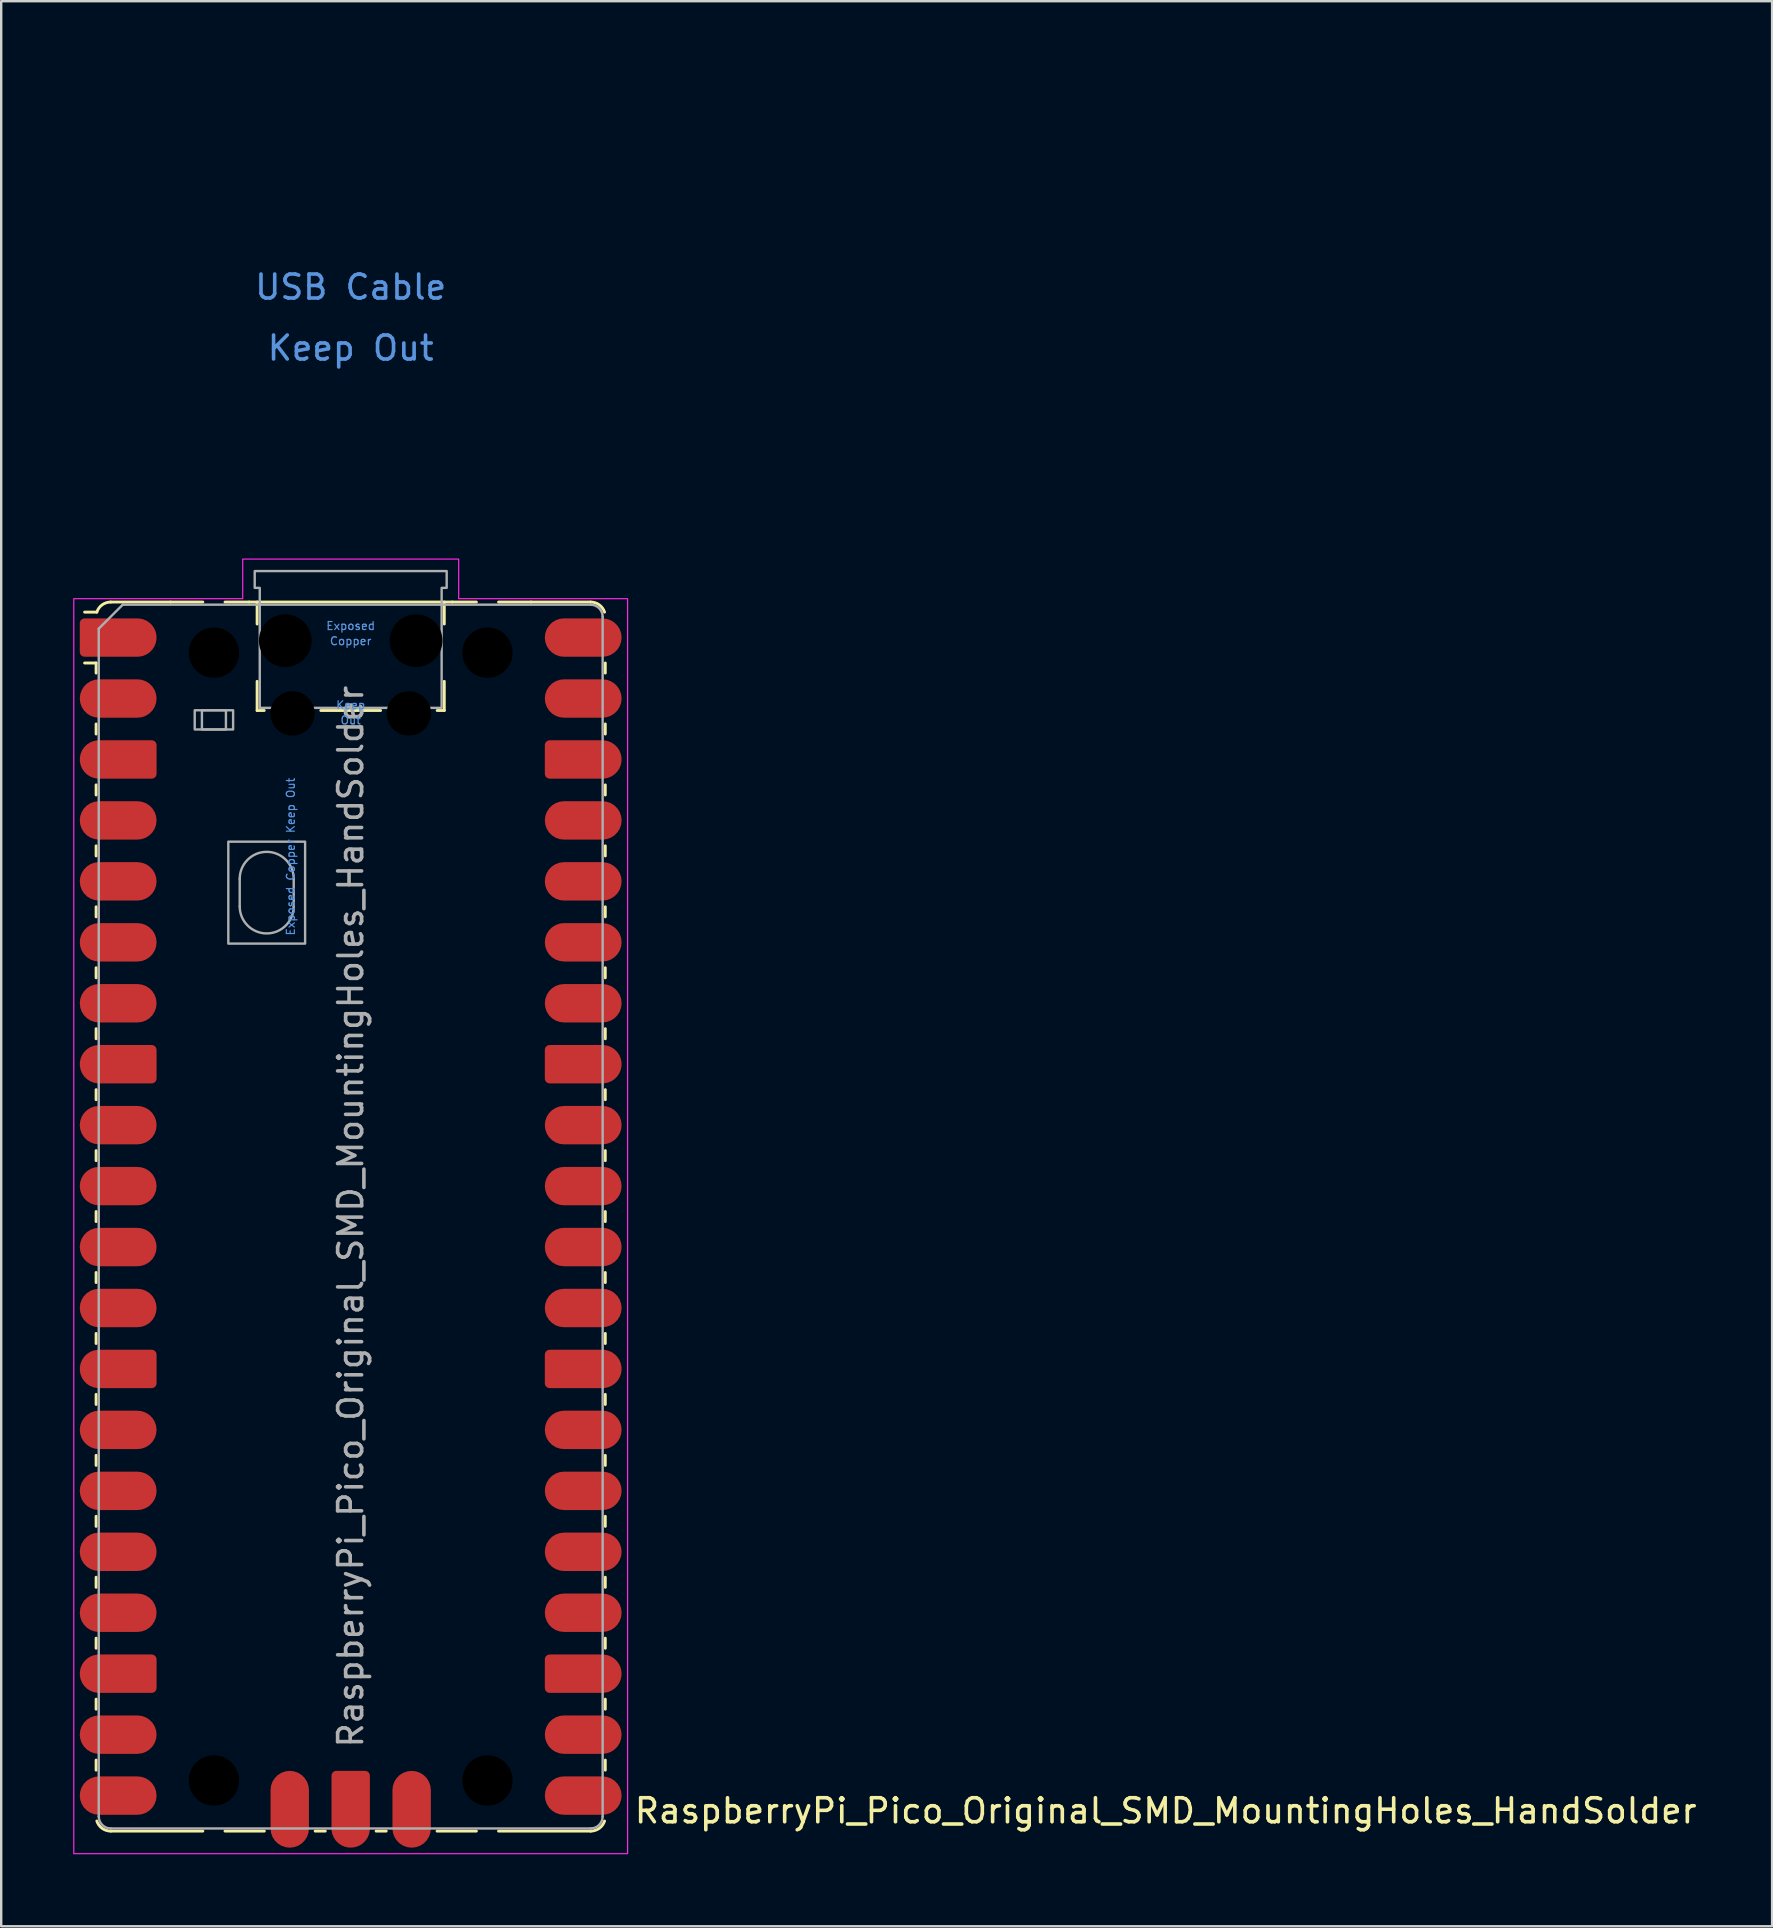
<source format=kicad_pcb>
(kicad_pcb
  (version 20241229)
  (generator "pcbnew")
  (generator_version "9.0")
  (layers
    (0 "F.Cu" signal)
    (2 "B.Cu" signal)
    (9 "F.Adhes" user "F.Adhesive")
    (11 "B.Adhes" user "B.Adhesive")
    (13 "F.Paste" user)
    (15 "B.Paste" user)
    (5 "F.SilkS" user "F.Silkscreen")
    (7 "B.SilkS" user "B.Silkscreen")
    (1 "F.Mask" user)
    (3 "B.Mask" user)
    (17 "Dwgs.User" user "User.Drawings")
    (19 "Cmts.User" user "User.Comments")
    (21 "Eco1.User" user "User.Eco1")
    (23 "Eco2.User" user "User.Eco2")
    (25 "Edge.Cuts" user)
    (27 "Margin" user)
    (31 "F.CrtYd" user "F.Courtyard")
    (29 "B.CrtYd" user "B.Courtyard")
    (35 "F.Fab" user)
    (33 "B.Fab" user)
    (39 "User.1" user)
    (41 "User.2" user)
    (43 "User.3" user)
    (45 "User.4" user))
  (footprint "RaspberryPi_Pico_Original_SMD_MountingHoles_HandSolder"
    (layer "F.Cu")
    (at 11.565 47.65)
    (property "Reference" "RaspberryPi_Pico_Original_SMD_MountingHoles_HandSolder" (at 11.748 24.765 0) (unlocked yes) (layer "F.SilkS") (effects (font (size 1 1) (thickness 0.15)) (justify left)))
    (attr smd)
    (fp_line (start -10.61 -23.07) (end -11.09 -23.07) (stroke (width 0.12) (type solid)) (layer "F.SilkS"))
    (fp_line (start -10.61 -23.07) (end -10.61 -22.65) (stroke (width 0.12) (type solid)) (layer "F.SilkS"))
    (fp_line (start -10.61 -20.53) (end -10.61 -20.11) (stroke (width 0.12) (type solid)) (layer "F.SilkS"))
    (fp_line (start -10.61 -17.99) (end -10.61 -17.57) (stroke (width 0.12) (type solid)) (layer "F.SilkS"))
    (fp_line (start -10.61 -15.45) (end -10.61 -15.03) (stroke (width 0.12) (type solid)) (layer "F.SilkS"))
    (fp_line (start -10.61 -12.91) (end -10.61 -12.49) (stroke (width 0.12) (type solid)) (layer "F.SilkS"))
    (fp_line (start -10.61 -10.37) (end -10.61 -9.95) (stroke (width 0.12) (type solid)) (layer "F.SilkS"))
    (fp_line (start -10.61 -7.83) (end -10.61 -7.41) (stroke (width 0.12) (type solid)) (layer "F.SilkS"))
    (fp_line (start -10.61 -5.29) (end -10.61 -4.87) (stroke (width 0.12) (type solid)) (layer "F.SilkS"))
    (fp_line (start -10.61 -2.75) (end -10.61 -2.33) (stroke (width 0.12) (type solid)) (layer "F.SilkS"))
    (fp_line (start -10.61 -0.21) (end -10.61 0.21) (stroke (width 0.12) (type solid)) (layer "F.SilkS"))
    (fp_line (start -10.61 2.33) (end -10.61 2.75) (stroke (width 0.12) (type solid)) (layer "F.SilkS"))
    (fp_line (start -10.61 4.87) (end -10.61 5.29) (stroke (width 0.12) (type solid)) (layer "F.SilkS"))
    (fp_line (start -10.61 7.41) (end -10.61 7.83) (stroke (width 0.12) (type solid)) (layer "F.SilkS"))
    (fp_line (start -10.61 9.95) (end -10.61 10.37) (stroke (width 0.12) (type solid)) (layer "F.SilkS"))
    (fp_line (start -10.61 12.49) (end -10.61 12.91) (stroke (width 0.12) (type solid)) (layer "F.SilkS"))
    (fp_line (start -10.61 15.03) (end -10.61 15.45) (stroke (width 0.12) (type solid)) (layer "F.SilkS"))
    (fp_line (start -10.61 17.57) (end -10.61 17.99) (stroke (width 0.12) (type solid)) (layer "F.SilkS"))
    (fp_line (start -10.61 20.11) (end -10.61 20.53) (stroke (width 0.12) (type solid)) (layer "F.SilkS"))
    (fp_line (start -10.61 22.65) (end -10.61 23.07) (stroke (width 0.12) (type solid)) (layer "F.SilkS"))
    (fp_line (start -10.58 -25.19) (end -11.09 -25.19) (stroke (width 0.12) (type solid)) (layer "F.SilkS"))
    (fp_line (start -10 -25.61) (end -7.51 -25.61) (stroke (width 0.12) (type solid)) (layer "F.SilkS"))
    (fp_line (start -10 25.61) (end -6.162 25.61) (stroke (width 0.12) (type solid)) (layer "F.SilkS"))
    (fp_line (start -7.51 -25.61) (end -6.162 -25.61) (stroke (width 0.12) (type solid)) (layer "F.SilkS"))
    (fp_line (start -5.238 -25.61) (end -4.235 -25.61) (stroke (width 0.12) (type solid)) (layer "F.SilkS"))
    (fp_line (start -4.235 -25.61) (end 4.235 -25.61) (stroke (width 0.12) (type solid)) (layer "F.SilkS"))
    (fp_line (start -3.9 -25.61) (end -3.9 -24.694) (stroke (width 0.12) (type solid)) (layer "F.SilkS"))
    (fp_line (start -3.9 -22.306) (end -3.9 -21.09) (stroke (width 0.12) (type solid)) (layer "F.SilkS"))
    (fp_line (start -3.9 -21.09) (end -3.604 -21.09) (stroke (width 0.12) (type solid)) (layer "F.SilkS"))
    (fp_line (start -3.6 25.61) (end -5.238 25.61) (stroke (width 0.12) (type solid)) (layer "F.SilkS"))
    (fp_line (start -1.48 25.61) (end -1.06 25.61) (stroke (width 0.12) (type solid)) (layer "F.SilkS"))
    (fp_line (start -1.246 -21.09) (end 1.246 -21.09) (stroke (width 0.12) (type solid)) (layer "F.SilkS"))
    (fp_line (start 1.06 25.61) (end 1.48 25.61) (stroke (width 0.12) (type solid)) (layer "F.SilkS"))
    (fp_line (start 3.604 -21.09) (end 3.9 -21.09) (stroke (width 0.12) (type solid)) (layer "F.SilkS"))
    (fp_line (start 3.9 -25.61) (end 3.9 -24.694) (stroke (width 0.12) (type solid)) (layer "F.SilkS"))
    (fp_line (start 3.9 -22.306) (end 3.9 -21.09) (stroke (width 0.12) (type solid)) (layer "F.SilkS"))
    (fp_line (start 4.235 -25.61) (end 5.238 -25.61) (stroke (width 0.12) (type solid)) (layer "F.SilkS"))
    (fp_line (start 5.238 25.61) (end 3.6 25.61) (stroke (width 0.12) (type solid)) (layer "F.SilkS"))
    (fp_line (start 6.162 -25.61) (end 7.51 -25.61) (stroke (width 0.12) (type solid)) (layer "F.SilkS"))
    (fp_line (start 6.162 25.61) (end 10 25.61) (stroke (width 0.12) (type solid)) (layer "F.SilkS"))
    (fp_line (start 10 -25.61) (end 7.51 -25.61) (stroke (width 0.12) (type solid)) (layer "F.SilkS"))
    (fp_line (start 10.61 -23.07) (end 10.61 -22.65) (stroke (width 0.12) (type solid)) (layer "F.SilkS"))
    (fp_line (start 10.61 -20.53) (end 10.61 -20.11) (stroke (width 0.12) (type solid)) (layer "F.SilkS"))
    (fp_line (start 10.61 -17.99) (end 10.61 -17.57) (stroke (width 0.12) (type solid)) (layer "F.SilkS"))
    (fp_line (start 10.61 -15.45) (end 10.61 -15.03) (stroke (width 0.12) (type solid)) (layer "F.SilkS"))
    (fp_line (start 10.61 -12.91) (end 10.61 -12.49) (stroke (width 0.12) (type solid)) (layer "F.SilkS"))
    (fp_line (start 10.61 -10.37) (end 10.61 -9.95) (stroke (width 0.12) (type solid)) (layer "F.SilkS"))
    (fp_line (start 10.61 -7.83) (end 10.61 -7.41) (stroke (width 0.12) (type solid)) (layer "F.SilkS"))
    (fp_line (start 10.61 -5.29) (end 10.61 -4.87) (stroke (width 0.12) (type solid)) (layer "F.SilkS"))
    (fp_line (start 10.61 -2.75) (end 10.61 -2.33) (stroke (width 0.12) (type solid)) (layer "F.SilkS"))
    (fp_line (start 10.61 -0.21) (end 10.61 0.21) (stroke (width 0.12) (type solid)) (layer "F.SilkS"))
    (fp_line (start 10.61 2.33) (end 10.61 2.75) (stroke (width 0.12) (type solid)) (layer "F.SilkS"))
    (fp_line (start 10.61 4.87) (end 10.61 5.29) (stroke (width 0.12) (type solid)) (layer "F.SilkS"))
    (fp_line (start 10.61 7.41) (end 10.61 7.83) (stroke (width 0.12) (type solid)) (layer "F.SilkS"))
    (fp_line (start 10.61 9.95) (end 10.61 10.37) (stroke (width 0.12) (type solid)) (layer "F.SilkS"))
    (fp_line (start 10.61 12.49) (end 10.61 12.91) (stroke (width 0.12) (type solid)) (layer "F.SilkS"))
    (fp_line (start 10.61 15.03) (end 10.61 15.45) (stroke (width 0.12) (type solid)) (layer "F.SilkS"))
    (fp_line (start 10.61 17.57) (end 10.61 17.99) (stroke (width 0.12) (type solid)) (layer "F.SilkS"))
    (fp_line (start 10.61 20.11) (end 10.61 20.53) (stroke (width 0.12) (type solid)) (layer "F.SilkS"))
    (fp_line (start 10.61 22.65) (end 10.61 23.07) (stroke (width 0.12) (type solid)) (layer "F.SilkS"))
    (fp_arc (start -10.579676 -25.189937) (mid -10.357938 -25.493944) (end -10 -25.61) (stroke (width 0.12) (type solid)) (layer "F.SilkS"))
    (fp_arc (start -10 25.61) (mid -10.357937 25.493943) (end -10.579676 25.189937) (stroke (width 0.12) (type solid)) (layer "F.SilkS"))
    (fp_arc (start 10 -25.61) (mid 10.357937 -25.493944) (end 10.579676 -25.189937) (stroke (width 0.12) (type solid)) (layer "F.SilkS"))
    (fp_arc (start 10.579676 25.189937) (mid 10.357953 25.493966) (end 10 25.61) (stroke (width 0.12) (type solid)) (layer "F.SilkS"))
    (fp_poly (pts (xy -4.5 -27.4) (xy 4.5 -27.4) (xy 4.5 -25.75) (xy 11.54 -25.75) (xy 11.54 26.55) (xy -11.54 26.55) (xy -11.54 -25.75) (xy -4.5 -25.75)) (stroke (width 0.05) (type solid)) (fill no) (layer "F.CrtYd"))
    (fp_line (start -10.5 -24.5) (end -9.5 -25.5) (stroke (width 0.1) (type solid)) (layer "F.Fab"))
    (fp_line (start -10.5 25) (end -10.5 -24.5) (stroke (width 0.1) (type solid)) (layer "F.Fab"))
    (fp_line (start -9.5 -25.5) (end 10 -25.5) (stroke (width 0.1) (type solid)) (layer "F.Fab"))
    (fp_line (start -4.625 -14.075) (end -4.625 -12.925) (stroke (width 0.1) (type solid)) (layer "F.Fab"))
    (fp_line (start -2.375 -14.075) (end -2.375 -12.925) (stroke (width 0.1) (type solid)) (layer "F.Fab"))
    (fp_line (start 10 25.5) (end -10 25.5) (stroke (width 0.1) (type solid)) (layer "F.Fab"))
    (fp_line (start 10.5 -25) (end 10.5 25) (stroke (width 0.1) (type solid)) (layer "F.Fab"))
    (fp_rect (start -6.5 -21.1) (end -4.9 -20.3) (stroke (width 0.1) (type solid)) (fill no) (layer "F.Fab"))
    (fp_rect (start -6.2 -21.1) (end -5.2 -20.3) (stroke (width 0.1) (type solid)) (fill no) (layer "F.Fab"))
    (fp_rect (start -5.1 -15.625) (end -1.9 -11.375) (stroke (width 0.1) (type solid)) (fill no) (layer "F.Fab"))
    (fp_arc (start -10 25.5) (mid -10.353553 25.353553) (end -10.5 25) (stroke (width 0.1) (type solid)) (layer "F.Fab"))
    (fp_arc (start -4.625 -14.075) (mid -3.5 -15.2) (end -2.375 -14.075) (stroke (width 0.1) (type solid)) (layer "F.Fab"))
    (fp_arc (start -2.375 -12.925) (mid -3.5 -11.8) (end -4.625 -12.925) (stroke (width 0.1) (type solid)) (layer "F.Fab"))
    (fp_arc (start 10 -25.5) (mid 10.353553 -25.353553) (end 10.5 -25) (stroke (width 0.1) (type solid)) (layer "F.Fab"))
    (fp_arc (start 10.5 25) (mid 10.353553 25.353553) (end 10 25.5) (stroke (width 0.1) (type solid)) (layer "F.Fab"))
    (fp_poly (pts (xy 3.79 -21.2) (xy 3.79 -26.2) (xy 4 -26.2) (xy 4 -26.9) (xy -4 -26.9) (xy -4 -26.2) (xy -3.79 -26.2) (xy -3.79 -21.2)) (stroke (width 0.1) (type solid)) (fill no) (layer "F.Fab"))
    (fp_text user "Copper" (at 0 -23.983 0) (unlocked yes) (layer "Cmts.User") (effects (font (size 0.333 0.333) (thickness 0.05))))
    (fp_text user "Exposed" (at 0 -24.617 0) (unlocked yes) (layer "Cmts.User") (effects (font (size 0.333 0.333) (thickness 0.05))))
    (fp_text user "USB Cable" (at 0 -38.735 0) (unlocked yes) (layer "Cmts.User") (effects (font (size 1 1) (thickness 0.15))))
    (fp_text user "Out" (at 0 -20.683 0) (unlocked yes) (layer "Cmts.User") (effects (font (size 0.333 0.333) (thickness 0.05))))
    (fp_text user "Exposed Copper Keep Out" (at -2.5 -15 90) (unlocked yes) (layer "Cmts.User") (effects (font (size 0.333 0.333) (thickness 0.05))))
    (fp_text user "Keep Out" (at 0 -36.195 0) (unlocked yes) (layer "Cmts.User") (effects (font (size 1 1) (thickness 0.15))))
    (fp_text user "Keep" (at 0 -21.317 0) (unlocked yes) (layer "Cmts.User") (effects (font (size 0.333 0.333) (thickness 0.05))))
    (fp_text user "${REFERENCE}" (at 0 0 90) (layer "F.Fab") (effects (font (size 1 1) (thickness 0.15))))
    (pad "" np_thru_hole circle (at -5.7 -23.5) (size 3.8 3.8) (drill 2.1) (layers "*.Mask"))
    (pad "" np_thru_hole circle (at -5.7 23.5) (size 3.8 3.8) (drill 2.1) (layers "*.Mask"))
    (pad "" np_thru_hole circle (at -2.725 -24) (size 2.2 2.2) (drill 2.2) (layers "*.Mask"))
    (pad "" np_thru_hole circle (at -2.425 -20.97) (size 1.85 1.85) (drill 1.85) (layers "*.Mask"))
    (pad "" np_thru_hole circle (at 2.425 -20.97) (size 1.85 1.85) (drill 1.85) (layers "*.Mask"))
    (pad "" np_thru_hole circle (at 2.725 -24) (size 2.2 2.2) (drill 2.2) (layers "*.Mask"))
    (pad "" np_thru_hole circle (at 5.7 -23.5) (size 3.8 3.8) (drill 2.1) (layers "*.Mask"))
    (pad "" np_thru_hole circle (at 5.7 23.5) (size 3.8 3.8) (drill 2.1) (layers "*.Mask"))
    (pad "1" smd custom (at -8.89 -24.13) (size 1.6 1.6) (layers "F.Cu" "F.Mask" "F.Paste") (options (anchor circle)) (primitives (gr_poly (pts (xy -2.4 0.6) (xy -2.4 -0.6) (xy -2.2 -0.8) (xy 0 -0.8) (xy 0 0.8) (xy -2.2 0.8)) (width 0) (fill yes)) (gr_circle (center -2.2 0.6) (end -2 0.6) (width 0) (fill yes)) (gr_circle (center -2.2 -0.6) (end -2 -0.6) (width 0) (fill yes))))
    (pad "2" smd roundrect (at -8.89 -21.59) (size 3.2 1.6) (drill (offset -0.8 0)) (layers "F.Cu" "F.Mask" "F.Paste") (roundrect_rratio 0.5))
    (pad "3" smd custom (at -8.89 -19.05) (size 1.6 1.6) (layers "F.Cu" "F.Mask" "F.Paste") (options (anchor circle)) (primitives (gr_poly (pts (xy 0.8 -0.6) (xy 0.8 0.6) (xy 0.6 0.8) (xy -1.6 0.8) (xy -1.6 -0.8) (xy 0.6 -0.8)) (width 0) (fill yes)) (gr_circle (center 0.6 0.6) (end 0.8 0.6) (width 0) (fill yes)) (gr_circle (center 0.6 -0.6) (end 0.8 -0.6) (width 0) (fill yes)) (gr_circle (center -1.6 0) (end -0.8 0) (width 0) (fill yes))))
    (pad "4" smd roundrect (at -8.89 -16.51) (size 3.2 1.6) (drill (offset -0.8 0)) (layers "F.Cu" "F.Mask" "F.Paste") (roundrect_rratio 0.5))
    (pad "5" smd roundrect (at -8.89 -13.97) (size 3.2 1.6) (drill (offset -0.8 0)) (layers "F.Cu" "F.Mask" "F.Paste") (roundrect_rratio 0.5))
    (pad "6" smd roundrect (at -8.89 -11.43) (size 3.2 1.6) (drill (offset -0.8 0)) (layers "F.Cu" "F.Mask" "F.Paste") (roundrect_rratio 0.5))
    (pad "7" smd roundrect (at -8.89 -8.89) (size 3.2 1.6) (drill (offset -0.8 0)) (layers "F.Cu" "F.Mask" "F.Paste") (roundrect_rratio 0.5))
    (pad "8" smd custom (at -8.89 -6.35) (size 1.6 1.6) (layers "F.Cu" "F.Mask" "F.Paste") (options (anchor circle)) (primitives (gr_poly (pts (xy 0.8 -0.6) (xy 0.8 0.6) (xy 0.6 0.8) (xy -1.6 0.8) (xy -1.6 -0.8) (xy 0.6 -0.8)) (width 0) (fill yes)) (gr_circle (center 0.6 0.6) (end 0.8 0.6) (width 0) (fill yes)) (gr_circle (center 0.6 -0.6) (end 0.8 -0.6) (width 0) (fill yes)) (gr_circle (center -1.6 0) (end -0.8 0) (width 0) (fill yes))))
    (pad "9" smd roundrect (at -8.89 -3.81) (size 3.2 1.6) (drill (offset -0.8 0)) (layers "F.Cu" "F.Mask" "F.Paste") (roundrect_rratio 0.5))
    (pad "10" smd roundrect (at -8.89 -1.27) (size 3.2 1.6) (drill (offset -0.8 0)) (layers "F.Cu" "F.Mask" "F.Paste") (roundrect_rratio 0.5))
    (pad "11" smd roundrect (at -8.89 1.27) (size 3.2 1.6) (drill (offset -0.8 0)) (layers "F.Cu" "F.Mask" "F.Paste") (roundrect_rratio 0.5))
    (pad "12" smd roundrect (at -8.89 3.81) (size 3.2 1.6) (drill (offset -0.8 0)) (layers "F.Cu" "F.Mask" "F.Paste") (roundrect_rratio 0.5))
    (pad "13" smd custom (at -8.89 6.35) (size 1.6 1.6) (layers "F.Cu" "F.Mask" "F.Paste") (options (anchor circle)) (primitives (gr_poly (pts (xy 0.8 -0.6) (xy 0.8 0.6) (xy 0.6 0.8) (xy -1.6 0.8) (xy -1.6 -0.8) (xy 0.6 -0.8)) (width 0) (fill yes)) (gr_circle (center 0.6 0.6) (end 0.8 0.6) (width 0) (fill yes)) (gr_circle (center 0.6 -0.6) (end 0.8 -0.6) (width 0) (fill yes)) (gr_circle (center -1.6 0) (end -0.8 0) (width 0) (fill yes))))
    (pad "14" smd roundrect (at -8.89 8.89) (size 3.2 1.6) (drill (offset -0.8 0)) (layers "F.Cu" "F.Mask" "F.Paste") (roundrect_rratio 0.5))
    (pad "15" smd roundrect (at -8.89 11.43) (size 3.2 1.6) (drill (offset -0.8 0)) (layers "F.Cu" "F.Mask" "F.Paste") (roundrect_rratio 0.5))
    (pad "16" smd roundrect (at -8.89 13.97) (size 3.2 1.6) (drill (offset -0.8 0)) (layers "F.Cu" "F.Mask" "F.Paste") (roundrect_rratio 0.5))
    (pad "17" smd roundrect (at -8.89 16.51) (size 3.2 1.6) (drill (offset -0.8 0)) (layers "F.Cu" "F.Mask" "F.Paste") (roundrect_rratio 0.5))
    (pad "18" smd custom (at -8.89 19.05) (size 1.6 1.6) (layers "F.Cu" "F.Mask" "F.Paste") (options (anchor circle)) (primitives (gr_poly (pts (xy 0.8 -0.6) (xy 0.8 0.6) (xy 0.6 0.8) (xy -1.6 0.8) (xy -1.6 -0.8) (xy 0.6 -0.8)) (width 0) (fill yes)) (gr_circle (center 0.6 0.6) (end 0.8 0.6) (width 0) (fill yes)) (gr_circle (center 0.6 -0.6) (end 0.8 -0.6) (width 0) (fill yes)) (gr_circle (center -1.6 0) (end -0.8 0) (width 0) (fill yes))))
    (pad "19" smd roundrect (at -8.89 21.59) (size 3.2 1.6) (drill (offset -0.8 0)) (layers "F.Cu" "F.Mask" "F.Paste") (roundrect_rratio 0.5))
    (pad "20" smd roundrect (at -8.89 24.13) (size 3.2 1.6) (drill (offset -0.8 0)) (layers "F.Cu" "F.Mask" "F.Paste") (roundrect_rratio 0.5))
    (pad "21" smd roundrect (at 8.89 24.13) (size 3.2 1.6) (drill (offset 0.8 0)) (layers "F.Cu" "F.Mask" "F.Paste") (roundrect_rratio 0.5))
    (pad "22" smd roundrect (at 8.89 21.59) (size 3.2 1.6) (drill (offset 0.8 0)) (layers "F.Cu" "F.Mask" "F.Paste") (roundrect_rratio 0.5))
    (pad "23" smd custom (at 8.89 19.05) (size 1.6 1.6) (layers "F.Cu" "F.Mask" "F.Paste") (options (anchor circle)) (primitives (gr_poly (pts (xy -0.8 -0.6) (xy -0.8 0.6) (xy -0.6 0.8) (xy 1.6 0.8) (xy 1.6 -0.8) (xy -0.6 -0.8)) (width 0) (fill yes)) (gr_circle (center -0.6 0.6) (end -0.4 0.6) (width 0) (fill yes)) (gr_circle (center -0.6 -0.6) (end -0.4 -0.6) (width 0) (fill yes)) (gr_circle (center 1.6 0) (end 2.4 0) (width 0) (fill yes))))
    (pad "24" smd roundrect (at 8.89 16.51) (size 3.2 1.6) (drill (offset 0.8 0)) (layers "F.Cu" "F.Mask" "F.Paste") (roundrect_rratio 0.5))
    (pad "25" smd roundrect (at 8.89 13.97) (size 3.2 1.6) (drill (offset 0.8 0)) (layers "F.Cu" "F.Mask" "F.Paste") (roundrect_rratio 0.5))
    (pad "26" smd roundrect (at 8.89 11.43) (size 3.2 1.6) (drill (offset 0.8 0)) (layers "F.Cu" "F.Mask" "F.Paste") (roundrect_rratio 0.5))
    (pad "27" smd roundrect (at 8.89 8.89) (size 3.2 1.6) (drill (offset 0.8 0)) (layers "F.Cu" "F.Mask" "F.Paste") (roundrect_rratio 0.5))
    (pad "28" smd custom (at 8.89 6.35) (size 1.6 1.6) (layers "F.Cu" "F.Mask" "F.Paste") (options (anchor circle)) (primitives (gr_poly (pts (xy -0.8 -0.6) (xy -0.8 0.6) (xy -0.6 0.8) (xy 1.6 0.8) (xy 1.6 -0.8) (xy -0.6 -0.8)) (width 0) (fill yes)) (gr_circle (center -0.6 0.6) (end -0.4 0.6) (width 0) (fill yes)) (gr_circle (center -0.6 -0.6) (end -0.4 -0.6) (width 0) (fill yes)) (gr_circle (center 1.6 0) (end 2.4 0) (width 0) (fill yes))))
    (pad "29" smd roundrect (at 8.89 3.81) (size 3.2 1.6) (drill (offset 0.8 0)) (layers "F.Cu" "F.Mask" "F.Paste") (roundrect_rratio 0.5))
    (pad "30" smd roundrect (at 8.89 1.27) (size 3.2 1.6) (drill (offset 0.8 0)) (layers "F.Cu" "F.Mask" "F.Paste") (roundrect_rratio 0.5))
    (pad "31" smd roundrect (at 8.89 -1.27) (size 3.2 1.6) (drill (offset 0.8 0)) (layers "F.Cu" "F.Mask" "F.Paste") (roundrect_rratio 0.5))
    (pad "32" smd roundrect (at 8.89 -3.81) (size 3.2 1.6) (drill (offset 0.8 0)) (layers "F.Cu" "F.Mask" "F.Paste") (roundrect_rratio 0.5))
    (pad "33" smd custom (at 8.89 -6.35) (size 1.6 1.6) (layers "F.Cu" "F.Mask" "F.Paste") (options (anchor circle)) (primitives (gr_poly (pts (xy -0.8 -0.6) (xy -0.8 0.6) (xy -0.6 0.8) (xy 1.6 0.8) (xy 1.6 -0.8) (xy -0.6 -0.8)) (width 0) (fill yes)) (gr_circle (center -0.6 0.6) (end -0.4 0.6) (width 0) (fill yes)) (gr_circle (center -0.6 -0.6) (end -0.4 -0.6) (width 0) (fill yes)) (gr_circle (center 1.6 0) (end 2.4 0) (width 0) (fill yes))))
    (pad "34" smd roundrect (at 8.89 -8.89) (size 3.2 1.6) (drill (offset 0.8 0)) (layers "F.Cu" "F.Mask" "F.Paste") (roundrect_rratio 0.5))
    (pad "35" smd roundrect (at 8.89 -11.43) (size 3.2 1.6) (drill (offset 0.8 0)) (layers "F.Cu" "F.Mask" "F.Paste") (roundrect_rratio 0.5))
    (pad "36" smd roundrect (at 8.89 -13.97) (size 3.2 1.6) (drill (offset 0.8 0)) (layers "F.Cu" "F.Mask" "F.Paste") (roundrect_rratio 0.5))
    (pad "37" smd roundrect (at 8.89 -16.51) (size 3.2 1.6) (drill (offset 0.8 0)) (layers "F.Cu" "F.Mask" "F.Paste") (roundrect_rratio 0.5))
    (pad "38" smd custom (at 8.89 -19.05) (size 1.6 1.6) (layers "F.Cu" "F.Mask" "F.Paste") (options (anchor circle)) (primitives (gr_poly (pts (xy -0.8 -0.6) (xy -0.8 0.6) (xy -0.6 0.8) (xy 1.6 0.8) (xy 1.6 -0.8) (xy -0.6 -0.8)) (width 0) (fill yes)) (gr_circle (center -0.6 0.6) (end -0.4 0.6) (width 0) (fill yes)) (gr_circle (center -0.6 -0.6) (end -0.4 -0.6) (width 0) (fill yes)) (gr_circle (center 1.6 0) (end 2.4 0) (width 0) (fill yes))))
    (pad "39" smd roundrect (at 8.89 -21.59) (size 3.2 1.6) (drill (offset 0.8 0)) (layers "F.Cu" "F.Mask" "F.Paste") (roundrect_rratio 0.5))
    (pad "40" smd roundrect (at 8.89 -24.13) (size 3.2 1.6) (drill (offset 0.8 0)) (layers "F.Cu" "F.Mask" "F.Paste") (roundrect_rratio 0.5))
    (pad "D1" smd roundrect (at -2.54 23.9 90) (size 3.2 1.6) (drill (offset -0.8 0)) (layers "F.Cu" "F.Mask" "F.Paste") (roundrect_rratio 0.5))
    (pad "D2" smd custom (at 0 23.9 270) (size 1.6 1.6) (layers "F.Cu" "F.Mask" "F.Paste") (options (anchor circle)) (primitives (gr_poly (pts (xy -0.8 -0.6) (xy -0.8 0.6) (xy -0.6 0.8) (xy 1.6 0.8) (xy 1.6 -0.8) (xy -0.6 -0.8)) (width 0) (fill yes)) (gr_circle (center -0.6 0.6) (end -0.4 0.6) (width 0) (fill yes)) (gr_circle (center -0.6 -0.6) (end -0.4 -0.6) (width 0) (fill yes)) (gr_circle (center 1.6 0) (end 2.4 0) (width 0) (fill yes))))
    (pad "D3" smd roundrect (at 2.54 23.9 90) (size 3.2 1.6) (drill (offset -0.8 0)) (layers "F.Cu" "F.Mask" "F.Paste") (roundrect_rratio 0.5))
    (zone (net_name "") (layers "F.Cu" "F.Paste") (name "Pad Keep Out TP4") (hatch full 0.5) (connect_pads) (min_thickness 0.25) (filled_areas_thickness no) (keepout (tracks not_allowed) (vias not_allowed) (pads not_allowed) (copperpour not_allowed) (footprints allowed)) (placement (enabled no)) (fill) (polygon (pts (xy 8.549 31.098) (xy 8.423 31.064) (xy 8.309 30.998) (xy 8.217 30.906) (xy 8.151 30.792) (xy 8.117 30.666) (xy 8.115 30.6) (xy 8.115 30.15) (xy 10.015 30.15) (xy 10.015 30.6) (xy 10.013 30.666) (xy 9.979 30.792) (xy 9.913 30.906) (xy 9.821 30.998) (xy 9.707 31.064) (xy 9.581 31.098) (xy 9.515 31.1) (xy 8.615 31.1))))
    (zone (net_name "") (layers "F.Cu" "F.Paste") (name "Pad Keep Out TP5") (hatch full 0.5) (connect_pads) (min_thickness 0.25) (filled_areas_thickness no) (keepout (tracks not_allowed) (vias not_allowed) (pads not_allowed) (copperpour not_allowed) (footprints allowed)) (placement (enabled no)) (fill) (polygon (pts (xy 8.549 33.598) (xy 8.423 33.564) (xy 8.309 33.498) (xy 8.217 33.406) (xy 8.151 33.292) (xy 8.117 33.166) (xy 8.115 33.1) (xy 8.115 32.65) (xy 10.015 32.65) (xy 10.015 33.1) (xy 10.013 33.166) (xy 9.979 33.292) (xy 9.913 33.406) (xy 9.821 33.498) (xy 9.707 33.564) (xy 9.581 33.598) (xy 9.515 33.6) (xy 8.615 33.6))))
    (zone (net_name "") (layers "F.Cu" "F.Paste") (name "Pad Keep Out TP6") (hatch full 0.5) (connect_pads) (min_thickness 0.25) (filled_areas_thickness no) (keepout (tracks not_allowed) (vias not_allowed) (pads not_allowed) (copperpour not_allowed) (footprints allowed)) (placement (enabled no)) (fill) (polygon (pts (xy 8.549 36.098) (xy 8.423 36.064) (xy 8.309 35.998) (xy 8.217 35.906) (xy 8.151 35.792) (xy 8.117 35.666) (xy 8.115 35.6) (xy 8.115 35.15) (xy 10.015 35.15) (xy 10.015 35.6) (xy 10.013 35.666) (xy 9.979 35.792) (xy 9.913 35.906) (xy 9.821 35.998) (xy 9.707 36.064) (xy 9.581 36.098) (xy 9.515 36.1) (xy 8.615 36.1))))
    (zone (net_name "") (layers "F.Cu" "F.Paste") (name "Pad Keep Out TP3") (hatch full 0.5) (connect_pads) (min_thickness 0.25) (filled_areas_thickness no) (keepout (tracks not_allowed) (vias not_allowed) (pads not_allowed) (copperpour not_allowed) (footprints allowed)) (placement (enabled no)) (fill) (polygon (pts (xy 9.617 22.834) (xy 9.651 22.708) (xy 9.717 22.594) (xy 9.809 22.502) (xy 9.923 22.436) (xy 10.049 22.402) (xy 10.115 22.4) (xy 10.565 22.4) (xy 10.565 24.3) (xy 10.115 24.3) (xy 10.049 24.298) (xy 9.923 24.264) (xy 9.809 24.198) (xy 9.717 24.106) (xy 9.651 23.992) (xy 9.617 23.866) (xy 9.615 23.8) (xy 9.615 22.9))))
    (zone (net_name "") (layers "F.Cu" "F.Paste") (name "Pad Keep Out TP4") (hatch full 0.5) (connect_pads) (min_thickness 0.25) (filled_areas_thickness no) (keepout (tracks not_allowed) (vias not_allowed) (pads not_allowed) (copperpour not_allowed) (footprints allowed)) (placement (enabled no)) (fill) (polygon (pts (xy 10.015 30.15) (xy 10.015 29.7) (xy 10.013 29.634) (xy 9.979 29.508) (xy 9.913 29.394) (xy 9.821 29.302) (xy 9.707 29.236) (xy 9.581 29.202) (xy 9.515 29.2) (xy 8.615 29.2) (xy 8.549 29.202) (xy 8.423 29.236) (xy 8.309 29.302) (xy 8.217 29.394) (xy 8.151 29.508) (xy 8.117 29.634) (xy 8.115 29.7) (xy 8.115 30.15))))
    (zone (net_name "") (layers "F.Cu" "F.Paste") (name "Pad Keep Out TP5") (hatch full 0.5) (connect_pads) (min_thickness 0.25) (filled_areas_thickness no) (keepout (tracks not_allowed) (vias not_allowed) (pads not_allowed) (copperpour not_allowed) (footprints allowed)) (placement (enabled no)) (fill) (polygon (pts (xy 10.015 32.65) (xy 10.015 32.2) (xy 10.013 32.134) (xy 9.979 32.008) (xy 9.913 31.894) (xy 9.821 31.802) (xy 9.707 31.736) (xy 9.581 31.702) (xy 9.515 31.7) (xy 8.615 31.7) (xy 8.549 31.702) (xy 8.423 31.736) (xy 8.309 31.802) (xy 8.217 31.894) (xy 8.151 32.008) (xy 8.117 32.134) (xy 8.115 32.2) (xy 8.115 32.65))))
    (zone (net_name "") (layers "F.Cu" "F.Paste") (name "Pad Keep Out TP6") (hatch full 0.5) (connect_pads) (min_thickness 0.25) (filled_areas_thickness no) (keepout (tracks not_allowed) (vias not_allowed) (pads not_allowed) (copperpour not_allowed) (footprints allowed)) (placement (enabled no)) (fill) (polygon (pts (xy 10.015 35.15) (xy 10.015 34.7) (xy 10.013 34.634) (xy 9.979 34.508) (xy 9.913 34.394) (xy 9.821 34.302) (xy 9.707 34.236) (xy 9.581 34.202) (xy 9.515 34.2) (xy 8.615 34.2) (xy 8.549 34.202) (xy 8.423 34.236) (xy 8.309 34.302) (xy 8.217 34.394) (xy 8.151 34.508) (xy 8.117 34.634) (xy 8.115 34.7) (xy 8.115 35.15))))
    (zone (net_name "") (layers "F.Cu" "F.Paste") (name "Pad Keep Out TP3") (hatch full 0.5) (connect_pads) (min_thickness 0.25) (filled_areas_thickness no) (keepout (tracks not_allowed) (vias not_allowed) (pads not_allowed) (copperpour not_allowed) (footprints allowed)) (placement (enabled no)) (fill) (polygon (pts (xy 10.565 24.3) (xy 11.015 24.3) (xy 11.081 24.298) (xy 11.207 24.264) (xy 11.321 24.198) (xy 11.413 24.106) (xy 11.479 23.992) (xy 11.513 23.866) (xy 11.515 23.8) (xy 11.515 22.9) (xy 11.513 22.834) (xy 11.479 22.708) (xy 11.413 22.594) (xy 11.321 22.502) (xy 11.207 22.436) (xy 11.081 22.402) (xy 11.015 22.4) (xy 10.565 22.4))))
    (zone (net_name "") (layers "F.Cu" "F.Paste") (name "Pad Keep Out TP1") (hatch full 0.5) (connect_pads) (min_thickness 0.25) (filled_areas_thickness no) (keepout (tracks not_allowed) (vias not_allowed) (pads not_allowed) (copperpour not_allowed) (footprints allowed)) (placement (enabled no)) (fill) (polygon (pts (xy 10.617 26.134) (xy 10.651 26.008) (xy 10.717 25.894) (xy 10.809 25.802) (xy 10.923 25.736) (xy 11.049 25.702) (xy 11.115 25.7) (xy 11.565 25.7) (xy 11.565 27.6) (xy 11.115 27.6) (xy 11.049 27.598) (xy 10.923 27.564) (xy 10.809 27.498) (xy 10.717 27.406) (xy 10.651 27.292) (xy 10.617 27.166) (xy 10.615 27.1) (xy 10.615 26.2))))
    (zone (net_name "") (layers "F.Cu" "F.Paste") (name "Pad Keep Out TP1") (hatch full 0.5) (connect_pads) (min_thickness 0.25) (filled_areas_thickness no) (keepout (tracks not_allowed) (vias not_allowed) (pads not_allowed) (copperpour not_allowed) (footprints allowed)) (placement (enabled no)) (fill) (polygon (pts (xy 11.565 27.6) (xy 12.015 27.6) (xy 12.081 27.598) (xy 12.207 27.564) (xy 12.321 27.498) (xy 12.413 27.406) (xy 12.479 27.292) (xy 12.513 27.166) (xy 12.515 27.1) (xy 12.515 26.2) (xy 12.513 26.134) (xy 12.479 26.008) (xy 12.413 25.894) (xy 12.321 25.802) (xy 12.207 25.736) (xy 12.081 25.702) (xy 12.015 25.7) (xy 11.565 25.7))))
    (zone (net_name "") (layers "F.Cu" "F.Paste") (name "Pad Keep Out TP2") (hatch full 0.5) (connect_pads) (min_thickness 0.25) (filled_areas_thickness no) (keepout (tracks not_allowed) (vias not_allowed) (pads not_allowed) (copperpour not_allowed) (footprints allowed)) (placement (enabled no)) (fill) (polygon (pts (xy 11.617 22.849) (xy 11.651 22.723) (xy 11.717 22.609) (xy 11.809 22.517) (xy 11.923 22.451) (xy 12.049 22.417) (xy 12.115 22.415) (xy 12.565 22.415) (xy 12.565 24.315) (xy 12.115 24.315) (xy 12.049 24.313) (xy 11.923 24.279) (xy 11.809 24.213) (xy 11.717 24.121) (xy 11.651 24.007) (xy 11.617 23.881) (xy 11.615 23.815) (xy 11.615 22.915))))
    (zone (net_name "") (layers "F.Cu" "F.Paste") (name "Pad Keep Out TP2") (hatch full 0.5) (connect_pads) (min_thickness 0.25) (filled_areas_thickness no) (keepout (tracks not_allowed) (vias not_allowed) (pads not_allowed) (copperpour not_allowed) (footprints allowed)) (placement (enabled no)) (fill) (polygon (pts (xy 12.565 24.315) (xy 13.015 24.315) (xy 13.081 24.313) (xy 13.207 24.279) (xy 13.321 24.213) (xy 13.413 24.121) (xy 13.479 24.007) (xy 13.513 23.881) (xy 13.515 23.815) (xy 13.515 22.915) (xy 13.513 22.849) (xy 13.479 22.723) (xy 13.413 22.609) (xy 13.321 22.517) (xy 13.207 22.451) (xy 13.081 22.417) (xy 13.015 22.415) (xy 12.565 22.415))))
    (zone (net_name "") (layer "Edge.Cuts") (name "Board Keep Out USB Cable") (hatch edge 0.5) (connect_pads) (min_thickness 0.254) (filled_areas_thickness no) (keepout (tracks allowed) (vias allowed) (pads allowed) (copperpour allowed) (footprints allowed)) (placement (enabled no)) (fill) (polygon (pts (xy 5.365 0) (xy 17.765 0) (xy 17.765 20.4) (xy 5.365 20.4))))
    (zone (net_name "") (layer "F.CrtYd") (name "USB Cable Keep Out") (hatch full 0.5) (connect_pads) (min_thickness 0.254) (filled_areas_thickness no) (keepout (tracks allowed) (vias allowed) (pads allowed) (copperpour allowed) (footprints not_allowed)) (placement (enabled no)) (fill) (polygon (pts (xy 5.815 19.95) (xy 7.625 19.95) (xy 7.625 20.25) (xy 15.505 20.25) (xy 15.505 19.95) (xy 17.315 19.95) (xy 17.315 0.45) (xy 5.815 0.45)))))
  (gr_rect
    (start -3 -3)
    (end 70.801 77.225)
    (stroke (width 0.1) (type default))
    (fill no)
    (layer "Edge.Cuts")))
</source>
